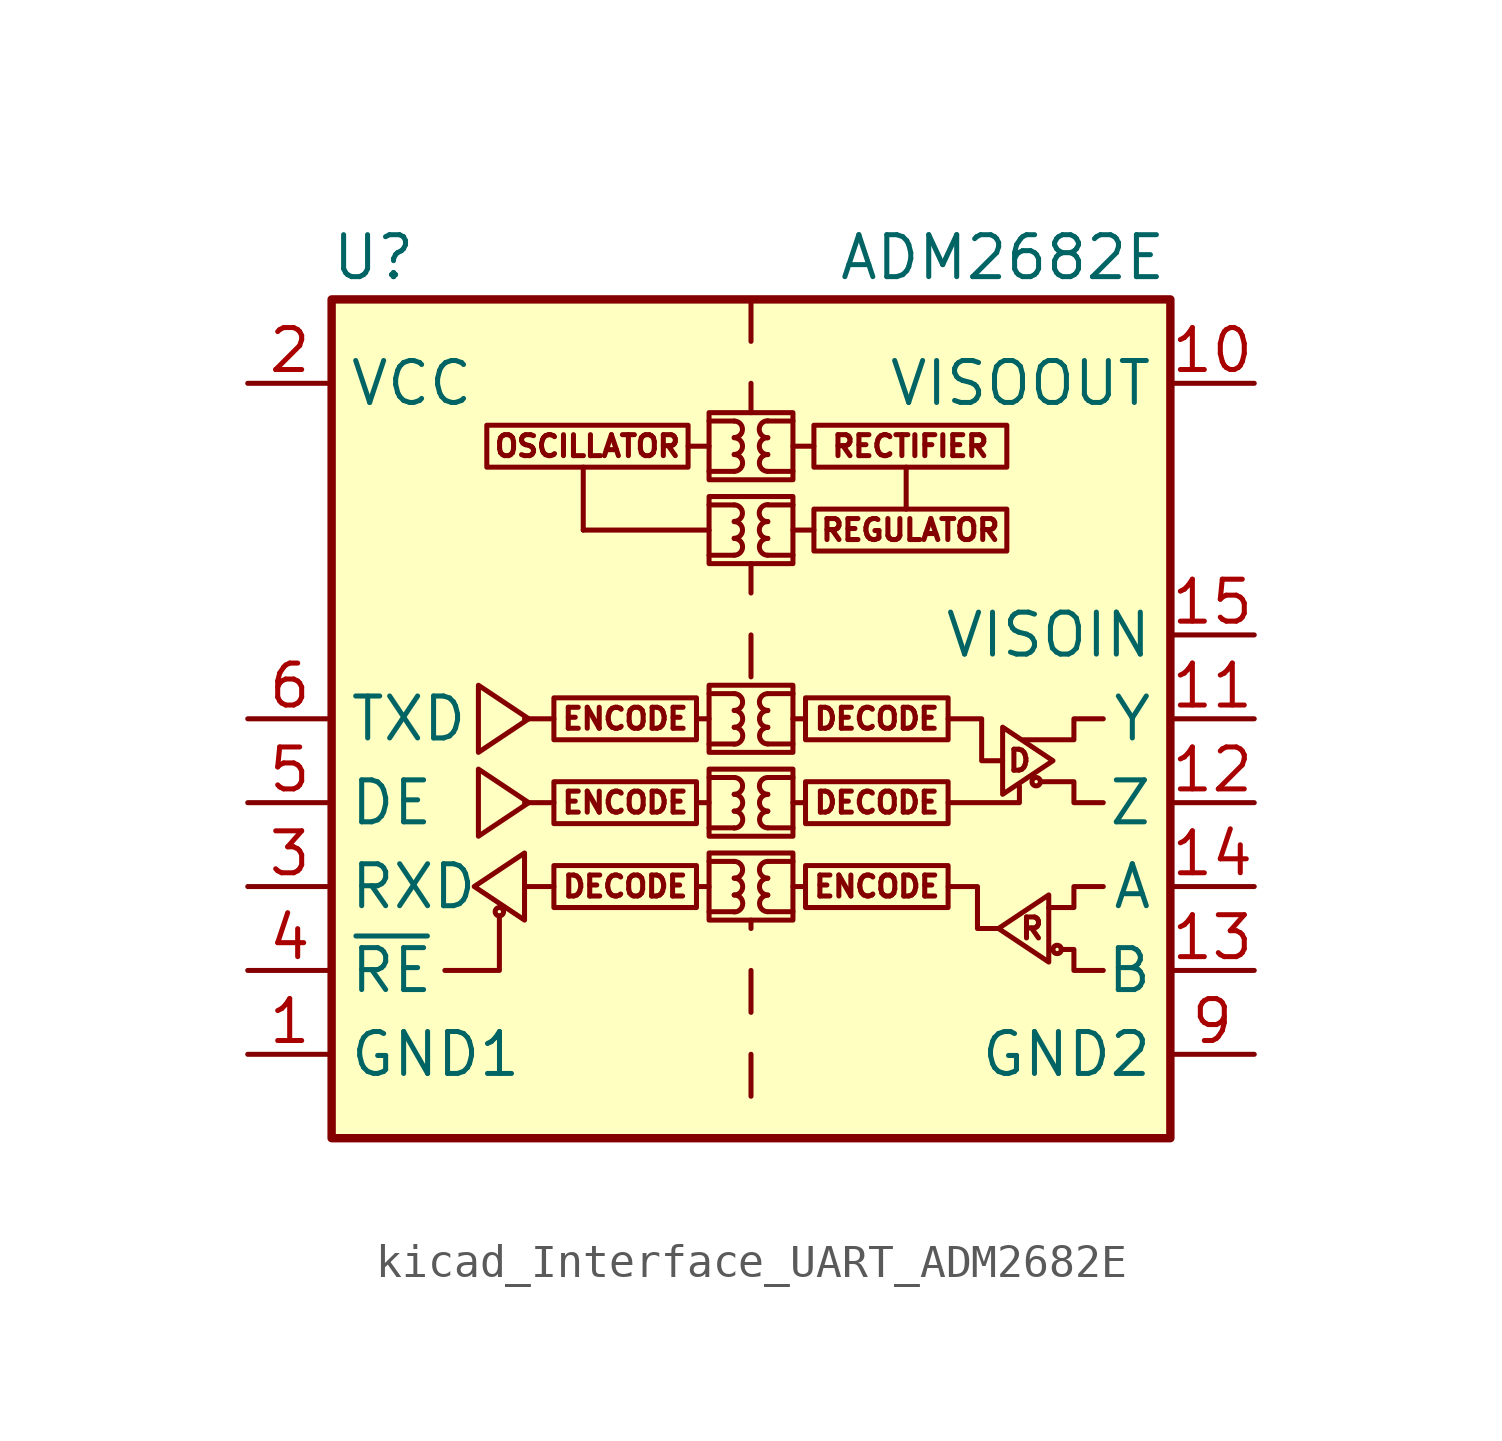
<source format=kicad_sym>
(kicad_symbol_lib
  (version 20220914)
  (generator kicad_symbol_editor)
  (symbol "kicad_Interface_UART_ADM2682E"
    (property "Reference" "U"
      (at -11.43 13.97 0)
      (effects (font (size 1.27 1.27))))
    (property "Value" "ADM2682E"
      (at 7.62 13.97 0)
      (effects (font (size 1.27 1.27))))
    (symbol "kicad_Interface_UART_ADM2682E_0_0"
      (text "D" (at 8.128 -1.27 0) (effects (font (size 0.635 0.635))))
      (text "R" (at 8.509 -6.35 0) (effects (font (size 0.635 0.635)))))
    (symbol "kicad_Interface_UART_ADM2682E_0_1"
      (circle (center -7.62 -5.842) (radius 0.127) (stroke (width 0) (type default)) (fill (type none)))
      (polyline (pts (xy -9.271 -7.62) (xy -7.62 -7.62) (xy -7.62 -5.969)) (stroke (width 0) (type default)) (fill (type none)))
      (polyline (pts (xy 5.969 -2.54) (xy 8.128 -2.54) (xy 8.128 -2.032)) (stroke (width 0) (type default)) (fill (type none)))
      (polyline (pts (xy 7.493 -6.35) (xy 6.858 -6.35) (xy 6.858 -5.08) (xy 5.969 -5.08)) (stroke (width 0) (type default)) (fill (type none)))
      (polyline (pts (xy 7.62 -1.27) (xy 6.985 -1.27) (xy 6.985 0) (xy 5.969 0)) (stroke (width 0) (type default)) (fill (type none)))
      (polyline (pts (xy 9.017 -5.715) (xy 9.779 -5.715) (xy 9.779 -5.08) (xy 10.668 -5.08)) (stroke (width 0) (type default)) (fill (type none)))
      (polyline (pts (xy 9.398 -6.985) (xy 9.779 -6.985) (xy 9.779 -7.62) (xy 10.668 -7.62)) (stroke (width 0) (type default)) (fill (type none)))
      (polyline (pts (xy 10.668 -2.54) (xy 9.779 -2.54) (xy 9.779 -1.905) (xy 8.763 -1.905)) (stroke (width 0) (type default)) (fill (type none)))
      (polyline (pts (xy 10.668 0) (xy 9.779 0) (xy 9.779 -0.635) (xy 8.255 -0.635)) (stroke (width 0) (type default)) (fill (type none))))
    (symbol "kicad_Interface_UART_ADM2682E_1_0"
      (rectangle (start -1.27 -4.064) (end 1.27 -6.096) (stroke (width 0) (type default)) (fill (type none)))
      (rectangle (start -1.27 -1.524) (end 1.27 -3.556) (stroke (width 0) (type default)) (fill (type none)))
      (rectangle (start -1.27 1.016) (end 1.27 -1.016) (stroke (width 0) (type default)) (fill (type none)))
      (rectangle (start -1.27 6.731) (end 1.27 4.699) (stroke (width 0) (type default)) (fill (type none)))
      (rectangle (start -1.27 9.271) (end 1.27 7.239) (stroke (width 0) (type default)) (fill (type none)))
      (arc (start -0.508 -5.842) (mid -0.2551 -5.588) (end -0.508 -5.334) (stroke (width 0) (type default)) (fill (type none)))
      (arc (start -0.508 -5.334) (mid -0.2551 -5.08) (end -0.508 -4.826) (stroke (width 0) (type default)) (fill (type none)))
      (arc (start -0.508 -4.826) (mid -0.2551 -4.572) (end -0.508 -4.318) (stroke (width 0) (type default)) (fill (type none)))
      (arc (start -0.508 -3.302) (mid -0.2551 -3.048) (end -0.508 -2.794) (stroke (width 0) (type default)) (fill (type none)))
      (arc (start -0.508 -2.794) (mid -0.2551 -2.54) (end -0.508 -2.286) (stroke (width 0) (type default)) (fill (type none)))
      (arc (start -0.508 -2.286) (mid -0.2551 -2.032) (end -0.508 -1.778) (stroke (width 0) (type default)) (fill (type none)))
      (arc (start -0.508 -0.762) (mid -0.2551 -0.508) (end -0.508 -0.254) (stroke (width 0) (type default)) (fill (type none)))
      (arc (start -0.508 -0.254) (mid -0.2551 0) (end -0.508 0.254) (stroke (width 0) (type default)) (fill (type none)))
      (arc (start -0.508 0.254) (mid -0.2551 0.508) (end -0.508 0.762) (stroke (width 0) (type default)) (fill (type none)))
      (arc (start -0.508 4.953) (mid -0.2551 5.207) (end -0.508 5.461) (stroke (width 0) (type default)) (fill (type none)))
      (arc (start -0.508 5.461) (mid -0.2551 5.715) (end -0.508 5.969) (stroke (width 0) (type default)) (fill (type none)))
      (arc (start -0.508 5.969) (mid -0.2551 6.223) (end -0.508 6.477) (stroke (width 0) (type default)) (fill (type none)))
      (arc (start -0.508 7.493) (mid -0.2551 7.747) (end -0.508 8.001) (stroke (width 0) (type default)) (fill (type none)))
      (arc (start -0.508 8.001) (mid -0.2551 8.255) (end -0.508 8.509) (stroke (width 0) (type default)) (fill (type none)))
      (arc (start -0.508 8.509) (mid -0.2551 8.763) (end -0.508 9.017) (stroke (width 0) (type default)) (fill (type none)))
      (polyline (pts (xy -5.969 -5.08) (xy -6.858 -5.08)) (stroke (width 0) (type default)) (fill (type none)))
      (polyline (pts (xy -5.969 -2.54) (xy -6.858 -2.54)) (stroke (width 0) (type default)) (fill (type none)))
      (polyline (pts (xy -5.969 0) (xy -6.858 0)) (stroke (width 0) (type default)) (fill (type none)))
      (polyline (pts (xy -5.08 5.715) (xy -5.08 7.62)) (stroke (width 0) (type default)) (fill (type none)))
      (polyline (pts (xy -5.08 5.715) (xy -1.27 5.715)) (stroke (width 0) (type default)) (fill (type none)))
      (polyline (pts (xy -1.905 8.255) (xy -1.27 8.255)) (stroke (width 0) (type default)) (fill (type none)))
      (polyline (pts (xy -1.651 -5.08) (xy -1.27 -5.08)) (stroke (width 0) (type default)) (fill (type none)))
      (polyline (pts (xy -1.651 -2.54) (xy -1.27 -2.54)) (stroke (width 0) (type default)) (fill (type none)))
      (polyline (pts (xy -1.651 0) (xy -1.27 0)) (stroke (width 0) (type default)) (fill (type none)))
      (polyline (pts (xy -1.27 -5.842) (xy -0.508 -5.842)) (stroke (width 0) (type default)) (fill (type none)))
      (polyline (pts (xy -1.27 -4.318) (xy -0.508 -4.318)) (stroke (width 0) (type default)) (fill (type none)))
      (polyline (pts (xy -1.27 -3.302) (xy -0.508 -3.302)) (stroke (width 0) (type default)) (fill (type none)))
      (polyline (pts (xy -1.27 -1.778) (xy -0.508 -1.778)) (stroke (width 0) (type default)) (fill (type none)))
      (polyline (pts (xy -1.27 -0.762) (xy -0.508 -0.762)) (stroke (width 0) (type default)) (fill (type none)))
      (polyline (pts (xy -1.27 0.762) (xy -0.508 0.762)) (stroke (width 0) (type default)) (fill (type none)))
      (polyline (pts (xy -1.27 4.953) (xy -0.508 4.953)) (stroke (width 0) (type default)) (fill (type none)))
      (polyline (pts (xy -1.27 6.477) (xy -0.508 6.477)) (stroke (width 0) (type default)) (fill (type none)))
      (polyline (pts (xy -1.27 7.493) (xy -0.508 7.493)) (stroke (width 0) (type default)) (fill (type none)))
      (polyline (pts (xy -1.27 9.017) (xy -0.508 9.017)) (stroke (width 0) (type default)) (fill (type none)))
      (polyline (pts (xy 0 -11.43) (xy 0 -10.16)) (stroke (width 0) (type default)) (fill (type none)))
      (polyline (pts (xy 0 -8.89) (xy 0 -7.62)) (stroke (width 0) (type default)) (fill (type none)))
      (polyline (pts (xy 0 -6.35) (xy 0 -6.096)) (stroke (width 0) (type default)) (fill (type none)))
      (polyline (pts (xy 0 1.27) (xy 0 2.54)) (stroke (width 0) (type default)) (fill (type none)))
      (polyline (pts (xy 0 3.81) (xy 0 4.699)) (stroke (width 0) (type default)) (fill (type none)))
      (polyline (pts (xy 0 9.271) (xy 0 10.16)) (stroke (width 0) (type default)) (fill (type none)))
      (polyline (pts (xy 0 12.7) (xy 0 11.43)) (stroke (width 0) (type default)) (fill (type none)))
      (polyline (pts (xy 1.27 -5.842) (xy 0.508 -5.842)) (stroke (width 0) (type default)) (fill (type none)))
      (polyline (pts (xy 1.27 -4.318) (xy 0.508 -4.318)) (stroke (width 0) (type default)) (fill (type none)))
      (polyline (pts (xy 1.27 -3.302) (xy 0.508 -3.302)) (stroke (width 0) (type default)) (fill (type none)))
      (polyline (pts (xy 1.27 -1.778) (xy 0.508 -1.778)) (stroke (width 0) (type default)) (fill (type none)))
      (polyline (pts (xy 1.27 -0.762) (xy 0.508 -0.762)) (stroke (width 0) (type default)) (fill (type none)))
      (polyline (pts (xy 1.27 0.762) (xy 0.508 0.762)) (stroke (width 0) (type default)) (fill (type none)))
      (polyline (pts (xy 1.27 4.953) (xy 0.508 4.953)) (stroke (width 0) (type default)) (fill (type none)))
      (polyline (pts (xy 1.27 6.477) (xy 0.508 6.477)) (stroke (width 0) (type default)) (fill (type none)))
      (polyline (pts (xy 1.27 7.493) (xy 0.508 7.493)) (stroke (width 0) (type default)) (fill (type none)))
      (polyline (pts (xy 1.27 9.017) (xy 0.508 9.017)) (stroke (width 0) (type default)) (fill (type none)))
      (polyline (pts (xy 1.651 -5.08) (xy 1.27 -5.08)) (stroke (width 0) (type default)) (fill (type none)))
      (polyline (pts (xy 1.651 -2.54) (xy 1.27 -2.54)) (stroke (width 0) (type default)) (fill (type none)))
      (polyline (pts (xy 1.651 0) (xy 1.27 0)) (stroke (width 0) (type default)) (fill (type none)))
      (polyline (pts (xy 1.905 5.715) (xy 1.27 5.715)) (stroke (width 0) (type default)) (fill (type none)))
      (polyline (pts (xy 1.905 8.255) (xy 1.27 8.255)) (stroke (width 0) (type default)) (fill (type none)))
      (polyline (pts (xy 4.699 6.35) (xy 4.699 7.62)) (stroke (width 0) (type default)) (fill (type none)))
      (arc (start 0.508 -5.334) (mid 0.2551 -5.588) (end 0.508 -5.842) (stroke (width 0) (type default)) (fill (type none)))
      (arc (start 0.508 -4.826) (mid 0.2551 -5.08) (end 0.508 -5.334) (stroke (width 0) (type default)) (fill (type none)))
      (arc (start 0.508 -4.318) (mid 0.2551 -4.572) (end 0.508 -4.826) (stroke (width 0) (type default)) (fill (type none)))
      (arc (start 0.508 -2.794) (mid 0.2551 -3.048) (end 0.508 -3.302) (stroke (width 0) (type default)) (fill (type none)))
      (arc (start 0.508 -2.286) (mid 0.2551 -2.54) (end 0.508 -2.794) (stroke (width 0) (type default)) (fill (type none)))
      (arc (start 0.508 -1.778) (mid 0.2551 -2.032) (end 0.508 -2.286) (stroke (width 0) (type default)) (fill (type none)))
      (arc (start 0.508 -0.254) (mid 0.2551 -0.508) (end 0.508 -0.762) (stroke (width 0) (type default)) (fill (type none)))
      (arc (start 0.508 0.254) (mid 0.2551 0) (end 0.508 -0.254) (stroke (width 0) (type default)) (fill (type none)))
      (arc (start 0.508 0.762) (mid 0.2551 0.508) (end 0.508 0.254) (stroke (width 0) (type default)) (fill (type none)))
      (arc (start 0.508 5.461) (mid 0.2551 5.207) (end 0.508 4.953) (stroke (width 0) (type default)) (fill (type none)))
      (arc (start 0.508 5.969) (mid 0.2551 5.715) (end 0.508 5.461) (stroke (width 0) (type default)) (fill (type none)))
      (arc (start 0.508 6.477) (mid 0.2551 6.223) (end 0.508 5.969) (stroke (width 0) (type default)) (fill (type none)))
      (arc (start 0.508 8.001) (mid 0.2551 7.747) (end 0.508 7.493) (stroke (width 0) (type default)) (fill (type none)))
      (arc (start 0.508 8.509) (mid 0.2551 8.255) (end 0.508 8.001) (stroke (width 0) (type default)) (fill (type none)))
      (arc (start 0.508 9.017) (mid 0.2551 8.763) (end 0.508 8.509) (stroke (width 0) (type default)) (fill (type none)))
      (rectangle (start 1.651 -4.445) (end 5.969 -5.715) (stroke (width 0) (type default)) (fill (type none)))
      (rectangle (start 1.651 -1.905) (end 5.969 -3.175) (stroke (width 0) (type default)) (fill (type none)))
      (rectangle (start 1.651 0.635) (end 5.969 -0.635) (stroke (width 0) (type default)) (fill (type none)))
      (rectangle (start 1.905 6.35) (end 7.747 5.08) (stroke (width 0) (type default)) (fill (type none)))
      (rectangle (start 1.905 8.89) (end 7.747 7.62) (stroke (width 0) (type default)) (fill (type none)))
      (text "DECODE" (at -3.81 -5.08 0) (effects (font (size 0.635 0.635))))
      (text "DECODE" (at 3.81 -2.54 0) (effects (font (size 0.635 0.635))))
      (text "DECODE" (at 3.81 0 0) (effects (font (size 0.635 0.635))))
      (text "ENCODE" (at -3.81 -2.54 0) (effects (font (size 0.635 0.635))))
      (text "ENCODE" (at -3.81 0 0) (effects (font (size 0.635 0.635))))
      (text "ENCODE" (at 3.81 -5.08 0) (effects (font (size 0.635 0.635))))
      (text "OSCILLATOR" (at -4.953 8.255 0) (effects (font (size 0.635 0.635))))
      (text "RECTIFIER" (at 4.826 8.255 0) (effects (font (size 0.635 0.635))))
      (text "REGULATOR" (at 4.826 5.715 0) (effects (font (size 0.635 0.635)))))
    (symbol "kicad_Interface_UART_ADM2682E_1_1"
      (rectangle (start -12.7 12.7) (end 12.7 -12.7) (stroke (width 0.254) (type default)) (fill (type background)))
      (rectangle (start -1.905 8.89) (end -8.001 7.62) (stroke (width 0) (type default)) (fill (type none)))
      (rectangle (start -1.651 -4.445) (end -5.969 -5.715) (stroke (width 0) (type default)) (fill (type none)))
      (rectangle (start -1.651 -1.905) (end -5.969 -3.175) (stroke (width 0) (type default)) (fill (type none)))
      (rectangle (start -1.651 0.635) (end -5.969 -0.635) (stroke (width 0) (type default)) (fill (type none)))
      (polyline (pts (xy -8.382 -5.08) (xy -6.858 -4.064) (xy -6.858 -6.096) (xy -8.382 -5.08)) (stroke (width 0) (type default)) (fill (type none)))
      (polyline (pts (xy -6.731 -2.54) (xy -8.255 -1.524) (xy -8.255 -3.556) (xy -6.731 -2.54)) (stroke (width 0) (type default)) (fill (type none)))
      (polyline (pts (xy -6.731 0) (xy -8.255 1.016) (xy -8.255 -1.016) (xy -6.731 0)) (stroke (width 0) (type default)) (fill (type none)))
      (polyline (pts (xy 7.493 -6.35) (xy 9.017 -5.334) (xy 9.017 -7.366) (xy 7.493 -6.35)) (stroke (width 0) (type default)) (fill (type none)))
      (polyline (pts (xy 9.144 -1.27) (xy 7.62 -0.254) (xy 7.62 -2.286) (xy 9.144 -1.27)) (stroke (width 0) (type default)) (fill (type none)))
      (circle (center 8.636 -1.905) (radius 0.127) (stroke (width 0) (type default)) (fill (type none)))
      (circle (center 9.271 -6.985) (radius 0.127) (stroke (width 0) (type default)) (fill (type none)))
      (pin power_in line (at -15.24 -10.16 0) (length 2.54) (name "GND1" (effects (font (size 1.27 1.27)))) (number "1" (effects (font (size 1.27 1.27)))))
      (pin power_in line (at 15.24 10.16 180) (length 2.54) (name "VISOOUT" (effects (font (size 1.27 1.27)))) (number "10" (effects (font (size 1.27 1.27)))))
      (pin output line (at 15.24 0 180) (length 2.54) (name "Y" (effects (font (size 1.27 1.27)))) (number "11" (effects (font (size 1.27 1.27)))))
      (pin output line (at 15.24 -2.54 180) (length 2.54) (name "Z" (effects (font (size 1.27 1.27)))) (number "12" (effects (font (size 1.27 1.27)))))
      (pin input line (at 15.24 -7.62 180) (length 2.54) (name "B" (effects (font (size 1.27 1.27)))) (number "13" (effects (font (size 1.27 1.27)))))
      (pin input line (at 15.24 -5.08 180) (length 2.54) (name "A" (effects (font (size 1.27 1.27)))) (number "14" (effects (font (size 1.27 1.27)))))
      (pin power_in line (at 15.24 2.54 180) (length 2.54) (name "VISOIN" (effects (font (size 1.27 1.27)))) (number "15" (effects (font (size 1.27 1.27)))))
      (pin passive line (at 15.24 -10.16 180) (length 2.54) hide (name "GND2" (effects (font (size 1.27 1.27)))) (number "16" (effects (font (size 1.27 1.27)))))
      (pin power_in line (at -15.24 10.16 0) (length 2.54) (name "VCC" (effects (font (size 1.27 1.27)))) (number "2" (effects (font (size 1.27 1.27)))))
      (pin output line (at -15.24 -5.08 0) (length 2.54) (name "RXD" (effects (font (size 1.27 1.27)))) (number "3" (effects (font (size 1.27 1.27)))))
      (pin input line (at -15.24 -7.62 0) (length 2.54) (name "~{RE}" (effects (font (size 1.27 1.27)))) (number "4" (effects (font (size 1.27 1.27)))))
      (pin input line (at -15.24 -2.54 0) (length 2.54) (name "DE" (effects (font (size 1.27 1.27)))) (number "5" (effects (font (size 1.27 1.27)))))
      (pin input line (at -15.24 0 0) (length 2.54) (name "TXD" (effects (font (size 1.27 1.27)))) (number "6" (effects (font (size 1.27 1.27)))))
      (pin passive line (at -15.24 10.16 0) (length 2.54) hide (name "VCC" (effects (font (size 1.27 1.27)))) (number "7" (effects (font (size 1.27 1.27)))))
      (pin passive line (at -15.24 -10.16 0) (length 2.54) hide (name "GND1" (effects (font (size 1.27 1.27)))) (number "8" (effects (font (size 1.27 1.27)))))
      (pin power_in line (at 15.24 -10.16 180) (length 2.54) (name "GND2" (effects (font (size 1.27 1.27)))) (number "9" (effects (font (size 1.27 1.27))))))))
</source>
